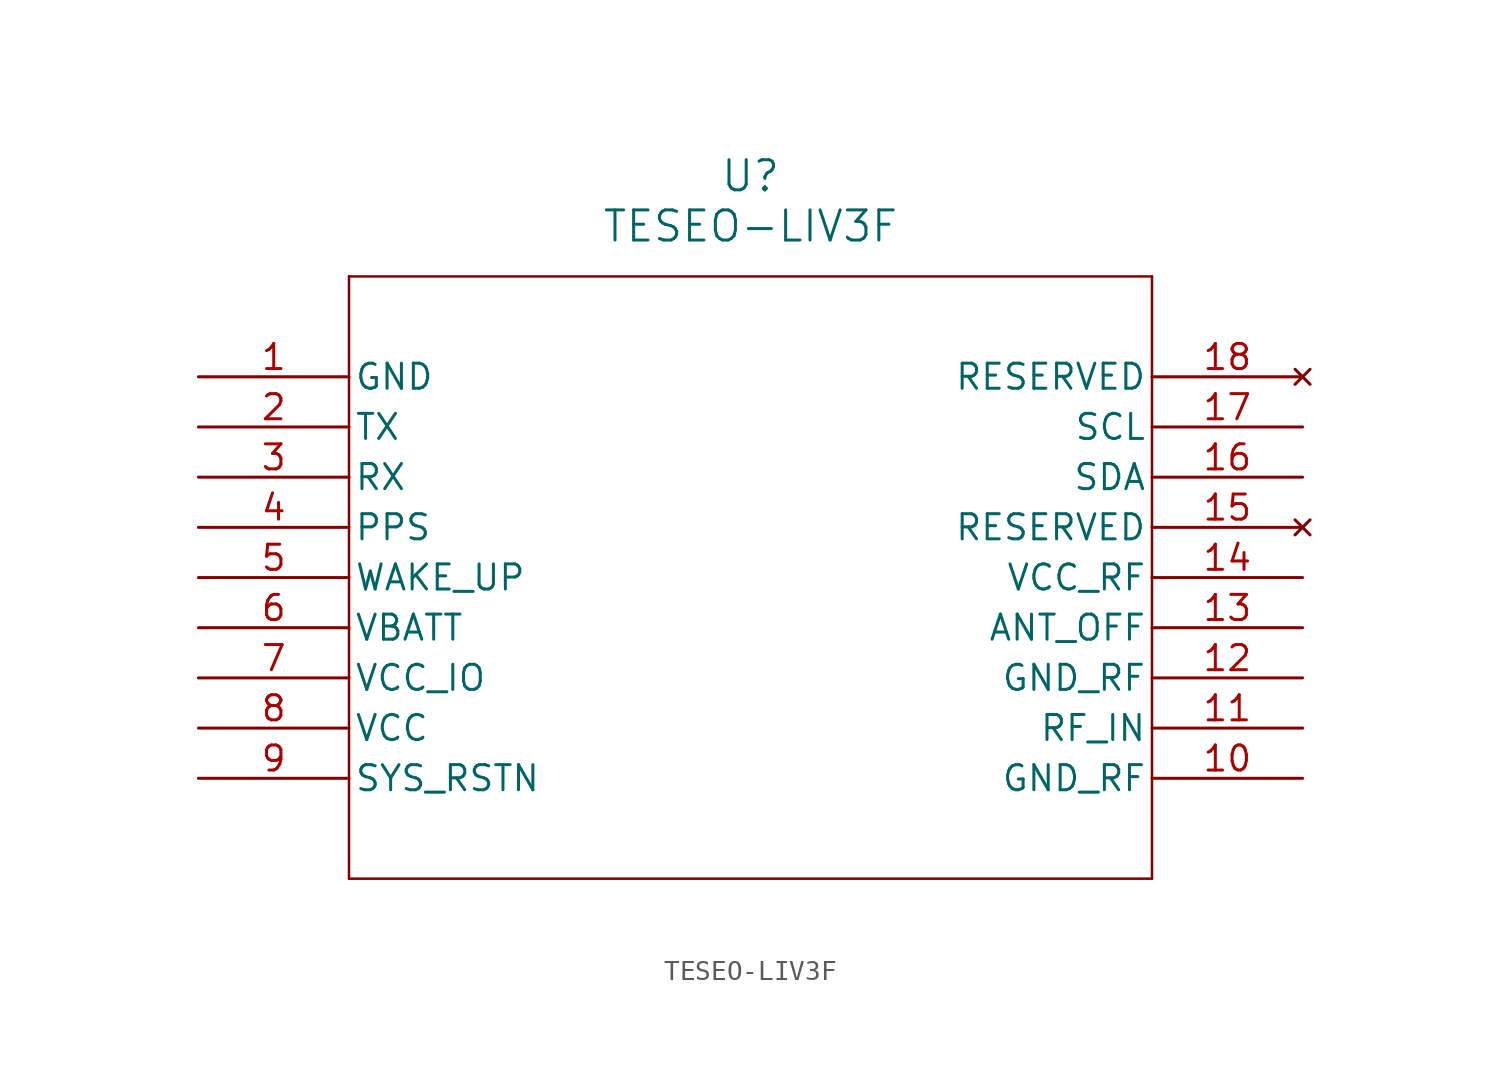
<source format=kicad_sym>
(kicad_symbol_lib
  (version 20211014)
  (generator kicad_symbol_editor)
  (symbol "TESEO-LIV3F"
    (pin_names
      (offset 0.254))
    (property "Reference" "U"
      (at 27.94 10.16 0)
      (effects (font (size 1.524 1.524))))
    (property "Value" "TESEO-LIV3F"
      (at 27.94 7.62 0)
      (effects (font (size 1.524 1.524))))
    (symbol "TESEO-LIV3F_0_1"
      (polyline (pts (xy 7.62 5.08) (xy 7.62 -25.4)) (stroke (width 0.127) (type default) (color 0 0 0 0)) (fill (type none)))
      (polyline (pts (xy 7.62 -25.4) (xy 48.26 -25.4)) (stroke (width 0.127) (type default) (color 0 0 0 0)) (fill (type none)))
      (polyline (pts (xy 48.26 -25.4) (xy 48.26 5.08)) (stroke (width 0.127) (type default) (color 0 0 0 0)) (fill (type none)))
      (polyline (pts (xy 48.26 5.08) (xy 7.62 5.08)) (stroke (width 0.127) (type default) (color 0 0 0 0)) (fill (type none)))
      (pin power_out line (at 0 0 0) (length 7.62) (name "GND" (effects (font (size 1.27 1.27)))) (number "1" (effects (font (size 1.27 1.27)))))
      (pin output line (at 0 -2.54 0) (length 7.62) (name "TX" (effects (font (size 1.27 1.27)))) (number "2" (effects (font (size 1.27 1.27)))))
      (pin input line (at 0 -5.08 0) (length 7.62) (name "RX" (effects (font (size 1.27 1.27)))) (number "3" (effects (font (size 1.27 1.27)))))
      (pin output line (at 0 -7.62 0) (length 7.62) (name "PPS" (effects (font (size 1.27 1.27)))) (number "4" (effects (font (size 1.27 1.27)))))
      (pin input line (at 0 -10.16 0) (length 7.62) (name "WAKE_UP" (effects (font (size 1.27 1.27)))) (number "5" (effects (font (size 1.27 1.27)))))
      (pin power_in line (at 0 -12.7 0) (length 7.62) (name "VBATT" (effects (font (size 1.27 1.27)))) (number "6" (effects (font (size 1.27 1.27)))))
      (pin power_in line (at 0 -15.24 0) (length 7.62) (name "VCC_IO" (effects (font (size 1.27 1.27)))) (number "7" (effects (font (size 1.27 1.27)))))
      (pin power_in line (at 0 -17.78 0) (length 7.62) (name "VCC" (effects (font (size 1.27 1.27)))) (number "8" (effects (font (size 1.27 1.27)))))
      (pin input line (at 0 -20.32 0) (length 7.62) (name "SYS_RSTN" (effects (font (size 1.27 1.27)))) (number "9" (effects (font (size 1.27 1.27)))))
      (pin power_out line (at 55.88 -20.32 180) (length 7.62) (name "GND_RF" (effects (font (size 1.27 1.27)))) (number "10" (effects (font (size 1.27 1.27)))))
      (pin input line (at 55.88 -17.78 180) (length 7.62) (name "RF_IN" (effects (font (size 1.27 1.27)))) (number "11" (effects (font (size 1.27 1.27)))))
      (pin power_out line (at 55.88 -15.24 180) (length 7.62) (name "GND_RF" (effects (font (size 1.27 1.27)))) (number "12" (effects (font (size 1.27 1.27)))))
      (pin output line (at 55.88 -12.7 180) (length 7.62) (name "ANT_OFF" (effects (font (size 1.27 1.27)))) (number "13" (effects (font (size 1.27 1.27)))))
      (pin output line (at 55.88 -10.16 180) (length 7.62) (name "VCC_RF" (effects (font (size 1.27 1.27)))) (number "14" (effects (font (size 1.27 1.27)))))
      (pin no_connect line (at 55.88 -7.62 180) (length 7.62) (name "RESERVED" (effects (font (size 1.27 1.27)))) (number "15" (effects (font (size 1.27 1.27)))))
      (pin bidirectional line (at 55.88 -5.08 180) (length 7.62) (name "SDA" (effects (font (size 1.27 1.27)))) (number "16" (effects (font (size 1.27 1.27)))))
      (pin bidirectional line (at 55.88 -2.54 180) (length 7.62) (name "SCL" (effects (font (size 1.27 1.27)))) (number "17" (effects (font (size 1.27 1.27)))))
      (pin no_connect line (at 55.88 0 180) (length 7.62) (name "RESERVED" (effects (font (size 1.27 1.27)))) (number "18" (effects (font (size 1.27 1.27))))))))
</source>
